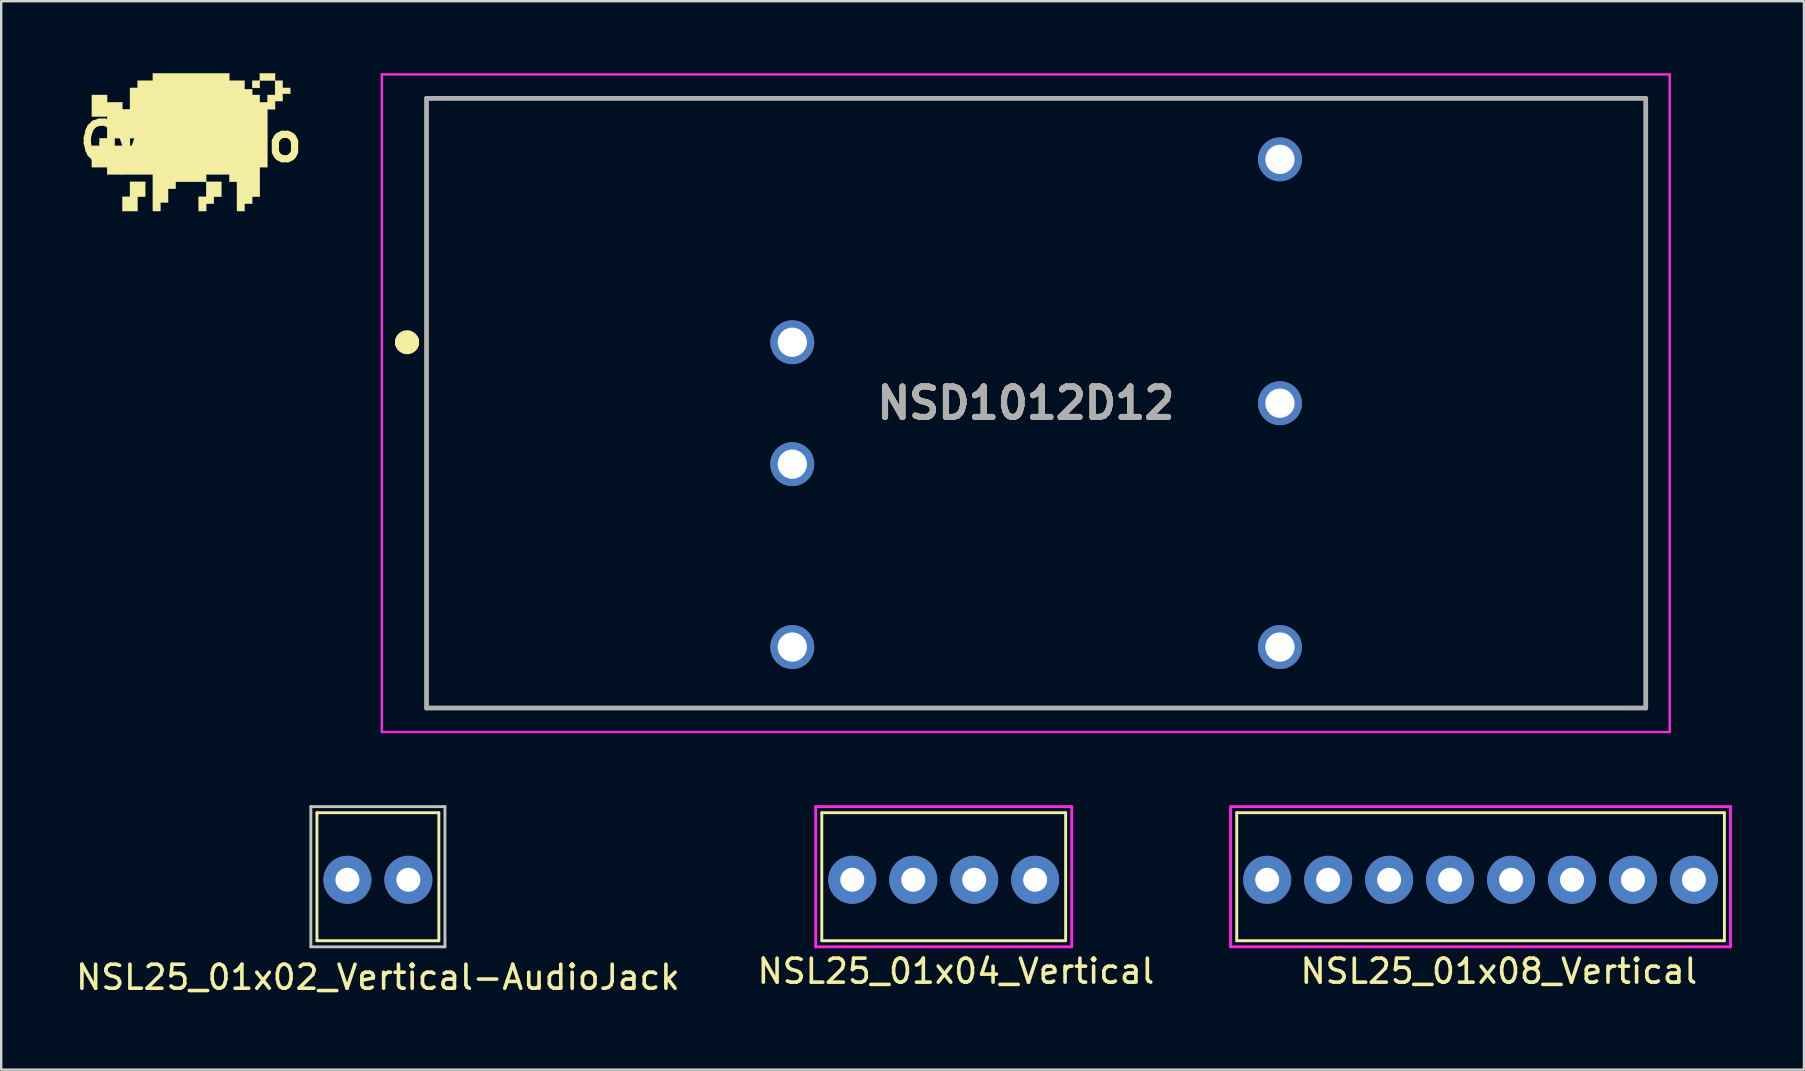
<source format=kicad_pcb>
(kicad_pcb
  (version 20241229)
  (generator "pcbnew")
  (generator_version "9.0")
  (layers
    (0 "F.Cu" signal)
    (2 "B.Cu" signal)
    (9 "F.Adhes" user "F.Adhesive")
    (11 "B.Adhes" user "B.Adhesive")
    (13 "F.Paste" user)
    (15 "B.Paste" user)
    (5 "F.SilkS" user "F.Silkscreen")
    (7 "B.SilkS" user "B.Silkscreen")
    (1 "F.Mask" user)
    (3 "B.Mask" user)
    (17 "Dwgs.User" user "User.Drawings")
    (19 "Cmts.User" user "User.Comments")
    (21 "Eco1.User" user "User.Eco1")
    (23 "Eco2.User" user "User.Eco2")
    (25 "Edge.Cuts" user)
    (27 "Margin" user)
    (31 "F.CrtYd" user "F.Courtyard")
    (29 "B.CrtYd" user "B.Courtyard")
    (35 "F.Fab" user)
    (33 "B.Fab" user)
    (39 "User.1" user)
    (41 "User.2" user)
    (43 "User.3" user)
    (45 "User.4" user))
  (footprint "NSD1012D12"
    (layer "F.Cu")
    (at 29.962 11.21)
    (property "Reference" "NSD1012D12" (at 9.73 2.54 0) (layer "F.SilkS") (effects (font (size 1.27 1.27) (thickness 0.254))))
    (attr through_hole)
    (fp_line (start -16.1 0) (end -16.1 0) (stroke (width 0.9) (type solid)) (layer "F.SilkS"))
    (fp_line (start -16 0) (end -16 0) (stroke (width 0.9) (type solid)) (layer "F.SilkS"))
    (fp_line (start -15.24 -10.16) (end 35.56 -10.16) (stroke (width 0.1) (type solid)) (layer "F.SilkS"))
    (fp_line (start -15.24 15.24) (end -15.24 -10.16) (stroke (width 0.1) (type solid)) (layer "F.SilkS"))
    (fp_line (start 35.56 -10.16) (end 35.56 15.24) (stroke (width 0.1) (type solid)) (layer "F.SilkS"))
    (fp_line (start 35.56 15.24) (end -15.24 15.24) (stroke (width 0.1) (type solid)) (layer "F.SilkS"))
    (fp_arc (start -16.1 0) (mid -16.05 -0.05) (end -16 0) (stroke (width 0.9) (type solid)) (layer "F.SilkS"))
    (fp_arc (start -16 0) (mid -16.05 0.05) (end -16.1 0) (stroke (width 0.9) (type solid)) (layer "F.SilkS"))
    (fp_line (start -17.1 -11.16) (end 36.56 -11.16) (stroke (width 0.1) (type solid)) (layer "F.CrtYd"))
    (fp_line (start -17.1 16.24) (end -17.1 -11.16) (stroke (width 0.1) (type solid)) (layer "F.CrtYd"))
    (fp_line (start 36.56 -11.16) (end 36.56 16.24) (stroke (width 0.1) (type solid)) (layer "F.CrtYd"))
    (fp_line (start 36.56 16.24) (end -17.1 16.24) (stroke (width 0.1) (type solid)) (layer "F.CrtYd"))
    (fp_line (start -15.24 -10.16) (end 35.56 -10.16) (stroke (width 0.2) (type solid)) (layer "F.Fab"))
    (fp_line (start -15.24 15.24) (end -15.24 -10.16) (stroke (width 0.2) (type solid)) (layer "F.Fab"))
    (fp_line (start 35.56 -10.16) (end 35.56 15.24) (stroke (width 0.2) (type solid)) (layer "F.Fab"))
    (fp_line (start 35.56 15.24) (end -15.24 15.24) (stroke (width 0.2) (type solid)) (layer "F.Fab"))
    (fp_text user "${REFERENCE}" (at 9.73 2.54 0) (layer "F.Fab") (effects (font (size 1.27 1.27) (thickness 0.254))))
    (pad "1" thru_hole circle (at 0 0) (size 1.83 1.83) (drill 1.22) (layers "*.Cu" "*.Mask"))
    (pad "2" thru_hole circle (at 0 5.08) (size 1.83 1.83) (drill 1.22) (layers "*.Cu" "*.Mask"))
    (pad "3" thru_hole circle (at 20.32 -7.62) (size 1.83 1.83) (drill 1.22) (layers "*.Cu" "*.Mask"))
    (pad "4" thru_hole circle (at 20.32 2.54) (size 1.83 1.83) (drill 1.22) (layers "*.Cu" "*.Mask"))
    (pad "5" thru_hole circle (at 20.32 12.7) (size 1.83 1.83) (drill 1.22) (layers "*.Cu" "*.Mask"))
    (pad "6" thru_hole circle (at 0 12.7) (size 1.83 1.83) (drill 1.22) (layers "*.Cu" "*.Mask")))
  (footprint "NSL25_01x02_Vertical-AudioJack"
    (layer "F.Cu")
    (at 11.426 33.608)
    (property "Reference" "NSL25_01x02_Vertical-AudioJack" (at 1.27 4.064 0) (layer "F.SilkS") (effects (font (size 1 1) (thickness 0.15))))
    (attr through_hole)
    (fp_line (start -1.27 -2.794) (end 3.81 -2.794) (stroke (width 0.12) (type solid)) (layer "F.SilkS"))
    (fp_line (start -1.27 2.54) (end -1.27 -2.794) (stroke (width 0.12) (type solid)) (layer "F.SilkS"))
    (fp_line (start 3.81 -2.794) (end 3.81 2.54) (stroke (width 0.12) (type solid)) (layer "F.SilkS"))
    (fp_line (start 3.81 2.54) (end -1.27 2.54) (stroke (width 0.12) (type solid)) (layer "F.SilkS"))
    (fp_line (start -1.524 -3.048) (end -1.524 2.794) (stroke (width 0.12) (type solid)) (layer "Dwgs.User"))
    (fp_line (start -1.524 2.794) (end 4.064 2.794) (stroke (width 0.12) (type solid)) (layer "Dwgs.User"))
    (fp_line (start 4.064 -3.048) (end -1.524 -3.048) (stroke (width 0.12) (type solid)) (layer "Dwgs.User"))
    (fp_line (start 4.064 2.794) (end 4.064 -3.048) (stroke (width 0.12) (type solid)) (layer "Dwgs.User"))
    (pad "G" thru_hole circle (at 2.54 0) (size 2 2) (drill 1) (layers "*.Cu" "*.Mask"))
    (pad "T" thru_hole circle (at 0 0) (size 2 2) (drill 1) (layers "*.Cu" "*.Mask")))
  (footprint "Gyeszno"
    (layer "F.Cu")
    (at 4.906 2.875)
    (property "Reference" "Gyeszno" (at 0 0 0) (layer "F.SilkS") (effects (font (size 1.524 1.524) (thickness 0.3))))
    (attr through_hole)
    (fp_poly (pts (xy 2.87 -2.87) (xy 3.505 -2.87) (xy 3.505 -2.565) (xy 2.87 -2.565) (xy 2.87 -2.87)) (stroke (width 0.01) (type solid)) (fill yes) (layer "F.SilkS"))
    (fp_poly (pts (xy 2.87 -2.261) (xy 2.553 -2.261) (xy 2.553 -2.565) (xy 2.87 -2.565) (xy 2.87 -2.261)) (stroke (width 0.01) (type solid)) (fill yes) (layer "F.SilkS"))
    (fp_poly (pts (xy -1.905 2.273) (xy -2.223 2.273) (xy -2.223 2.87) (xy -2.857 2.87) (xy -2.857 2.273) (xy -2.54 2.273) (xy -2.54 1.651) (xy -1.905 1.651) (xy -1.905 2.273)) (stroke (width 0.01) (type solid)) (fill yes) (layer "F.SilkS"))
    (fp_poly (pts (xy 1.27 2.273) (xy 0.953 2.273) (xy 0.953 2.565) (xy 0.635 2.565) (xy 0.635 2.87) (xy 0.318 2.87) (xy 0.318 2.273) (xy 0.635 2.273) (xy 0.635 1.651) (xy 1.27 1.651) (xy 1.27 2.273)) (stroke (width 0.01) (type solid)) (fill yes) (layer "F.SilkS"))
    (fp_poly (pts (xy 1.6 -2.565) (xy 2.235 -2.565) (xy 2.235 -2.21) (xy 2.553 -2.21) (xy 2.553 -1.968) (xy 2.87 -1.968) (xy 2.87 -1.664) (xy 3.188 -1.664) (xy 3.188 -1.968) (xy 3.505 -1.968) (xy 3.505 -2.565) (xy 3.823 -2.565) (xy 3.823 -2.261) (xy 4.14 -2.261) (xy 4.14 -2.019) (xy 3.823 -2.019) (xy 3.823 -1.714) (xy 3.505 -1.714) (xy 3.505 -1.372) (xy 3.188 -1.372) (xy 3.188 1.041) (xy 2.87 1.041) (xy 2.87 2.273) (xy 2.553 2.273) (xy 2.553 2.565) (xy 2.235 2.565) (xy 2.235 2.87) (xy 1.918 2.87) (xy 1.918 1.651) (xy 1.6 1.651) (xy 1.6 1.346) (xy 0.635 1.346) (xy 0.635 1.651) (xy -0.635 1.651) (xy -0.635 1.943) (xy -0.953 1.943) (xy -0.953 2.515) (xy -1.27 2.515) (xy -1.27 2.87) (xy -1.587 2.87) (xy -1.587 1.346) (xy -3.493 1.346) (xy -3.493 1.041) (xy -4.128 1.041) (xy -4.128 0.152) (xy -3.81 0.152) (xy -3.81 -0.165) (xy -3.493 -0.165) (xy -3.175 -0.165) (xy -3.175 0.152) (xy -2.857 0.152) (xy -2.857 -0.165) (xy -2.54 -0.165) (xy -2.54 0.152) (xy -2.223 0.152) (xy -2.223 -0.165) (xy -2.54 -0.165) (xy -2.857 -0.165) (xy -3.175 -0.165) (xy -3.493 -0.165) (xy -3.493 -1.067) (xy -4.128 -1.067) (xy -4.128 -1.968) (xy -3.493 -1.968) (xy -3.493 -1.664) (xy -2.857 -1.664) (xy -2.857 -1.372) (xy -2.54 -1.372) (xy -2.54 -2.261) (xy -2.223 -2.261) (xy -2.223 -2.565) (xy -1.587 -2.565) (xy -1.587 -2.87) (xy 1.6 -2.87) (xy 1.6 -2.565)) (stroke (width 0.01) (type solid)) (fill yes) (layer "F.SilkS")))
  (footprint "NSL25_01x08_Vertical"
    (layer "F.Cu")
    (at 49.751 33.608)
    (property "Reference" "NSL25_01x08_Vertical" (at 9.652 3.81 0) (layer "F.SilkS") (effects (font (size 1 1) (thickness 0.15))))
    (attr through_hole)
    (fp_line (start -1.27 -2.794) (end 19.05 -2.794) (stroke (width 0.12) (type solid)) (layer "F.SilkS"))
    (fp_line (start -1.27 2.54) (end -1.27 -2.794) (stroke (width 0.12) (type solid)) (layer "F.SilkS"))
    (fp_line (start 19.05 -2.794) (end 19.05 2.54) (stroke (width 0.12) (type solid)) (layer "F.SilkS"))
    (fp_line (start 19.05 2.54) (end -1.27 2.54) (stroke (width 0.12) (type solid)) (layer "F.SilkS"))
    (fp_line (start -1.524 -3.048) (end -1.524 2.794) (stroke (width 0.12) (type solid)) (layer "F.CrtYd"))
    (fp_line (start -1.524 2.794) (end 19.304 2.794) (stroke (width 0.12) (type solid)) (layer "F.CrtYd"))
    (fp_line (start 19.304 -3.048) (end -1.524 -3.048) (stroke (width 0.12) (type solid)) (layer "F.CrtYd"))
    (fp_line (start 19.304 -3.048) (end 19.304 2.794) (stroke (width 0.12) (type solid)) (layer "F.CrtYd"))
    (pad "1" thru_hole circle (at 0 0) (size 2 2) (drill 1) (layers "*.Cu" "*.Mask"))
    (pad "2" thru_hole circle (at 2.54 0) (size 2 2) (drill 1) (layers "*.Cu" "*.Mask"))
    (pad "3" thru_hole circle (at 5.08 0) (size 2 2) (drill 1) (layers "*.Cu" "*.Mask"))
    (pad "4" thru_hole circle (at 7.62 0) (size 2 2) (drill 1) (layers "*.Cu" "*.Mask"))
    (pad "5" thru_hole circle (at 10.16 0) (size 2 2) (drill 1) (layers "*.Cu" "*.Mask"))
    (pad "6" thru_hole circle (at 12.7 0) (size 2 2) (drill 1) (layers "*.Cu" "*.Mask"))
    (pad "7" thru_hole circle (at 15.24 0) (size 2 2) (drill 1) (layers "*.Cu" "*.Mask"))
    (pad "8" thru_hole circle (at 17.78 0) (size 2 2) (drill 1) (layers "*.Cu" "*.Mask")))
  (footprint "NSL25_01x04_Vertical"
    (layer "F.Cu")
    (at 32.462 33.608)
    (property "Reference" "NSL25_01x04_Vertical" (at 4.318 3.81 0) (layer "F.SilkS") (effects (font (size 1 1) (thickness 0.15))))
    (attr through_hole)
    (fp_line (start -1.27 -2.794) (end 8.89 -2.794) (stroke (width 0.12) (type solid)) (layer "F.SilkS"))
    (fp_line (start -1.27 2.54) (end -1.27 -2.794) (stroke (width 0.12) (type solid)) (layer "F.SilkS"))
    (fp_line (start 8.89 -2.794) (end 8.89 2.54) (stroke (width 0.12) (type solid)) (layer "F.SilkS"))
    (fp_line (start 8.89 2.54) (end -1.27 2.54) (stroke (width 0.12) (type solid)) (layer "F.SilkS"))
    (fp_line (start -1.524 -3.048) (end -1.524 2.794) (stroke (width 0.12) (type solid)) (layer "F.CrtYd"))
    (fp_line (start -1.524 2.794) (end 9.144 2.794) (stroke (width 0.12) (type solid)) (layer "F.CrtYd"))
    (fp_line (start 9.144 -3.048) (end -1.524 -3.048) (stroke (width 0.12) (type solid)) (layer "F.CrtYd"))
    (fp_line (start 9.144 -3.048) (end 9.144 2.794) (stroke (width 0.12) (type solid)) (layer "F.CrtYd"))
    (pad "1" thru_hole circle (at 0 0) (size 2 2) (drill 1) (layers "*.Cu" "*.Mask"))
    (pad "2" thru_hole circle (at 2.54 0) (size 2 2) (drill 1) (layers "*.Cu" "*.Mask"))
    (pad "3" thru_hole circle (at 5.08 0) (size 2 2) (drill 1) (layers "*.Cu" "*.Mask"))
    (pad "4" thru_hole circle (at 7.62 0) (size 2 2) (drill 1) (layers "*.Cu" "*.Mask")))
  (gr_rect
    (start -3 -3)
    (end 72.115 41.52)
    (stroke (width 0.1) (type default))
    (fill no)
    (layer "Edge.Cuts")))
</source>
